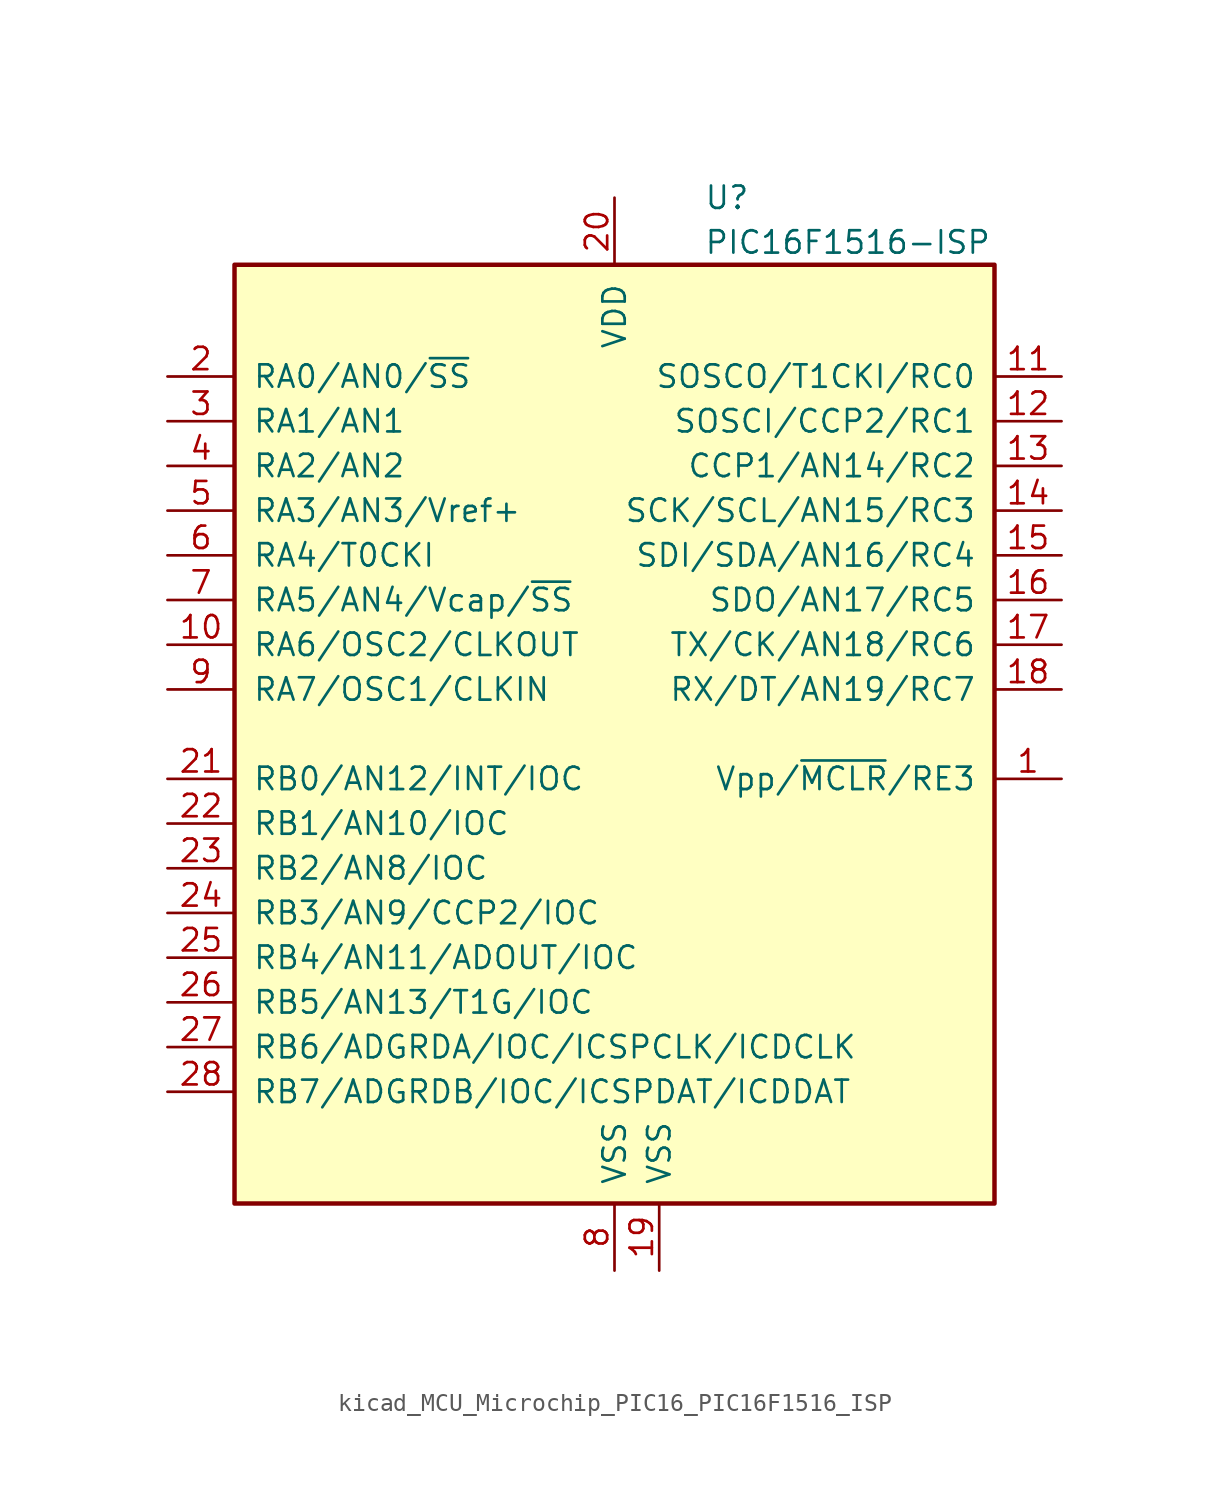
<source format=kicad_sym>
(kicad_symbol_lib
  (version 20220914)
  (generator kicad_symbol_editor)
  (symbol "kicad_MCU_Microchip_PIC16_PIC16F1516_ISP"
    (pin_names
      (offset 1.016))
    (property "Reference" "U"
      (at 5.08 30.48 0)
      (effects (font (size 1.27 1.27)) (justify left)))
    (property "Value" "PIC16F1516-ISP"
      (at 5.08 27.94 0)
      (effects (font (size 1.27 1.27)) (justify left)))
    (symbol "kicad_MCU_Microchip_PIC16_PIC16F1516_ISP_0_1"
      (rectangle (start -21.59 26.67) (end 21.59 -26.67) (stroke (width 0.254) (type default)) (fill (type background))))
    (symbol "kicad_MCU_Microchip_PIC16_PIC16F1516_ISP_1_1"
      (pin input line (at 25.4 -2.54 180) (length 3.81) (name "Vpp/~{MCLR}/RE3" (effects (font (size 1.27 1.27)))) (number "1" (effects (font (size 1.27 1.27)))))
      (pin bidirectional line (at -25.4 5.08 0) (length 3.81) (name "RA6/OSC2/CLKOUT" (effects (font (size 1.27 1.27)))) (number "10" (effects (font (size 1.27 1.27)))))
      (pin bidirectional line (at 25.4 20.32 180) (length 3.81) (name "SOSCO/T1CKI/RC0" (effects (font (size 1.27 1.27)))) (number "11" (effects (font (size 1.27 1.27)))))
      (pin bidirectional line (at 25.4 17.78 180) (length 3.81) (name "SOSCI/CCP2/RC1" (effects (font (size 1.27 1.27)))) (number "12" (effects (font (size 1.27 1.27)))))
      (pin bidirectional line (at 25.4 15.24 180) (length 3.81) (name "CCP1/AN14/RC2" (effects (font (size 1.27 1.27)))) (number "13" (effects (font (size 1.27 1.27)))))
      (pin bidirectional line (at 25.4 12.7 180) (length 3.81) (name "SCK/SCL/AN15/RC3" (effects (font (size 1.27 1.27)))) (number "14" (effects (font (size 1.27 1.27)))))
      (pin bidirectional line (at 25.4 10.16 180) (length 3.81) (name "SDI/SDA/AN16/RC4" (effects (font (size 1.27 1.27)))) (number "15" (effects (font (size 1.27 1.27)))))
      (pin bidirectional line (at 25.4 7.62 180) (length 3.81) (name "SDO/AN17/RC5" (effects (font (size 1.27 1.27)))) (number "16" (effects (font (size 1.27 1.27)))))
      (pin bidirectional line (at 25.4 5.08 180) (length 3.81) (name "TX/CK/AN18/RC6" (effects (font (size 1.27 1.27)))) (number "17" (effects (font (size 1.27 1.27)))))
      (pin bidirectional line (at 25.4 2.54 180) (length 3.81) (name "RX/DT/AN19/RC7" (effects (font (size 1.27 1.27)))) (number "18" (effects (font (size 1.27 1.27)))))
      (pin power_in line (at 2.54 -30.48 90) (length 3.81) (name "VSS" (effects (font (size 1.27 1.27)))) (number "19" (effects (font (size 1.27 1.27)))))
      (pin bidirectional line (at -25.4 20.32 0) (length 3.81) (name "RA0/AN0/~{SS}" (effects (font (size 1.27 1.27)))) (number "2" (effects (font (size 1.27 1.27)))))
      (pin power_in line (at 0 30.48 270) (length 3.81) (name "VDD" (effects (font (size 1.27 1.27)))) (number "20" (effects (font (size 1.27 1.27)))))
      (pin bidirectional line (at -25.4 -2.54 0) (length 3.81) (name "RB0/AN12/INT/IOC" (effects (font (size 1.27 1.27)))) (number "21" (effects (font (size 1.27 1.27)))))
      (pin bidirectional line (at -25.4 -5.08 0) (length 3.81) (name "RB1/AN10/IOC" (effects (font (size 1.27 1.27)))) (number "22" (effects (font (size 1.27 1.27)))))
      (pin bidirectional line (at -25.4 -7.62 0) (length 3.81) (name "RB2/AN8/IOC" (effects (font (size 1.27 1.27)))) (number "23" (effects (font (size 1.27 1.27)))))
      (pin bidirectional line (at -25.4 -10.16 0) (length 3.81) (name "RB3/AN9/CCP2/IOC" (effects (font (size 1.27 1.27)))) (number "24" (effects (font (size 1.27 1.27)))))
      (pin bidirectional line (at -25.4 -12.7 0) (length 3.81) (name "RB4/AN11/ADOUT/IOC" (effects (font (size 1.27 1.27)))) (number "25" (effects (font (size 1.27 1.27)))))
      (pin bidirectional line (at -25.4 -15.24 0) (length 3.81) (name "RB5/AN13/T1G/IOC" (effects (font (size 1.27 1.27)))) (number "26" (effects (font (size 1.27 1.27)))))
      (pin bidirectional line (at -25.4 -17.78 0) (length 3.81) (name "RB6/ADGRDA/IOC/ICSPCLK/ICDCLK" (effects (font (size 1.27 1.27)))) (number "27" (effects (font (size 1.27 1.27)))))
      (pin bidirectional line (at -25.4 -20.32 0) (length 3.81) (name "RB7/ADGRDB/IOC/ICSPDAT/ICDDAT" (effects (font (size 1.27 1.27)))) (number "28" (effects (font (size 1.27 1.27)))))
      (pin bidirectional line (at -25.4 17.78 0) (length 3.81) (name "RA1/AN1" (effects (font (size 1.27 1.27)))) (number "3" (effects (font (size 1.27 1.27)))))
      (pin bidirectional line (at -25.4 15.24 0) (length 3.81) (name "RA2/AN2" (effects (font (size 1.27 1.27)))) (number "4" (effects (font (size 1.27 1.27)))))
      (pin bidirectional line (at -25.4 12.7 0) (length 3.81) (name "RA3/AN3/Vref+" (effects (font (size 1.27 1.27)))) (number "5" (effects (font (size 1.27 1.27)))))
      (pin bidirectional line (at -25.4 10.16 0) (length 3.81) (name "RA4/T0CKI" (effects (font (size 1.27 1.27)))) (number "6" (effects (font (size 1.27 1.27)))))
      (pin bidirectional line (at -25.4 7.62 0) (length 3.81) (name "RA5/AN4/Vcap/~{SS}" (effects (font (size 1.27 1.27)))) (number "7" (effects (font (size 1.27 1.27)))))
      (pin power_in line (at 0 -30.48 90) (length 3.81) (name "VSS" (effects (font (size 1.27 1.27)))) (number "8" (effects (font (size 1.27 1.27)))))
      (pin bidirectional line (at -25.4 2.54 0) (length 3.81) (name "RA7/OSC1/CLKIN" (effects (font (size 1.27 1.27)))) (number "9" (effects (font (size 1.27 1.27))))))))
</source>
